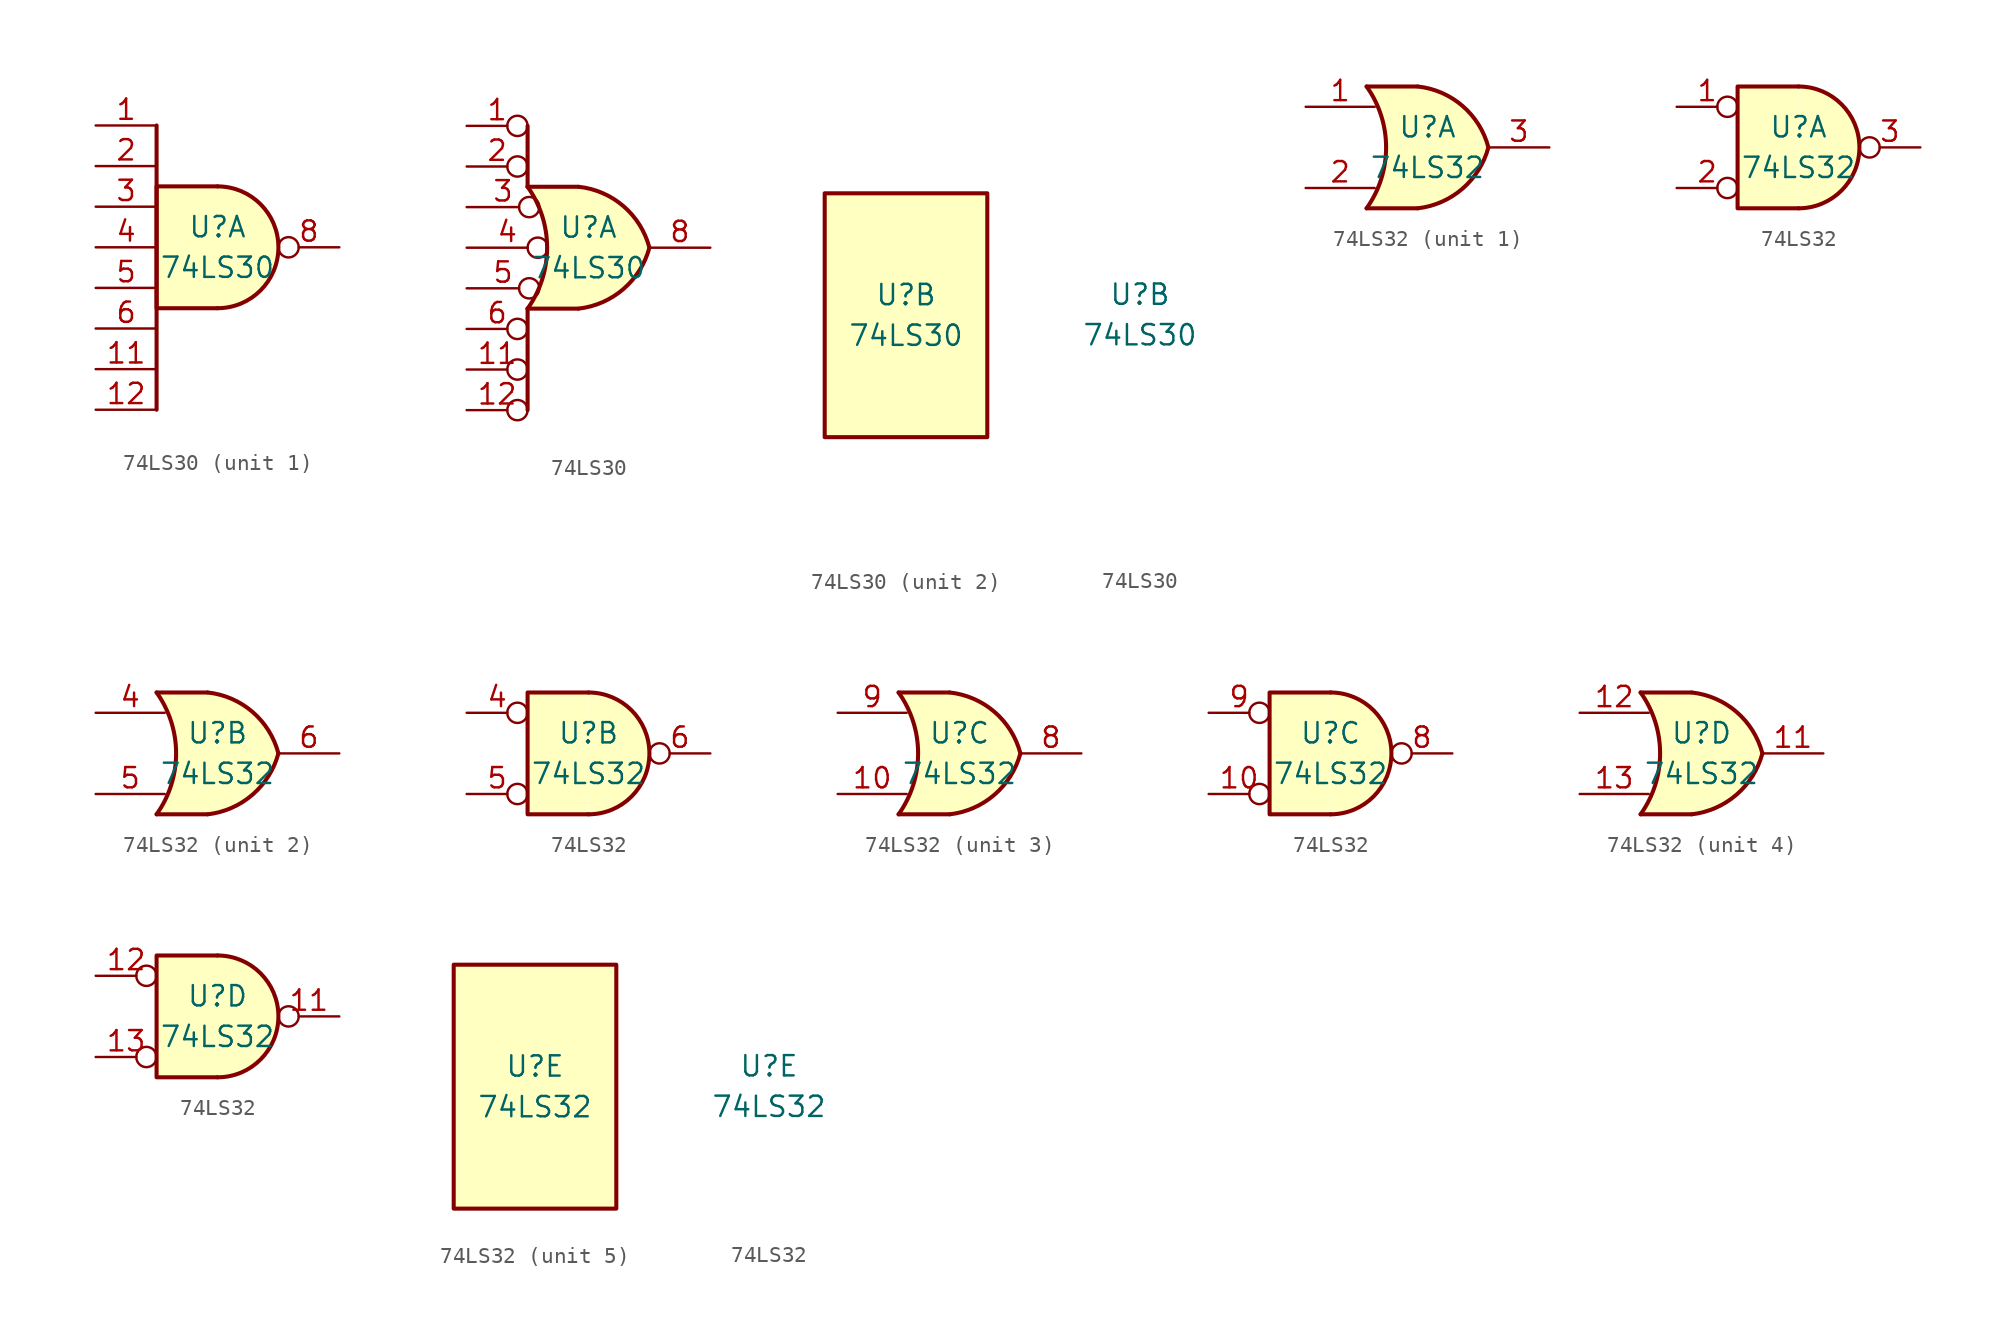
<source format=kicad_sym>
(kicad_symbol_lib
  (version 20211014)
  (generator kicad_symbol_editor)
  (symbol "74LS30"
    (pin_names
      (offset 1.016))
    (property "Reference" "U"
      (at 0 1.27 0)
      (effects (font (size 1.27 1.27))))
    (property "Value" "74LS30"
      (at 0 -1.27 0)
      (effects (font (size 1.27 1.27))))
    (property "ki_locked" ""
      (at 0 0 0)
      (effects (font (size 1.27 1.27))))
    (symbol "74LS30_1_1"
      (arc (start 0 -3.81) (mid 3.81 0) (end 0 3.81) (stroke (width 0.254) (type default) (color 0 0 0 0)) (fill (type background)))
      (polyline (pts (xy -3.81 7.62) (xy -3.81 -10.16)) (stroke (width 0.254) (type default) (color 0 0 0 0)) (fill (type none)))
      (polyline (pts (xy 0 3.81) (xy -3.81 3.81) (xy -3.81 -3.81) (xy 0 -3.81)) (stroke (width 0.254) (type default) (color 0 0 0 0)) (fill (type background)))
      (pin input line (at -7.62 7.62 0) (length 3.81) (name "~" (effects (font (size 1.27 1.27)))) (number "1" (effects (font (size 1.27 1.27)))))
      (pin input line (at -7.62 -7.62 0) (length 3.81) (name "~" (effects (font (size 1.27 1.27)))) (number "11" (effects (font (size 1.27 1.27)))))
      (pin input line (at -7.62 -10.16 0) (length 3.81) (name "~" (effects (font (size 1.27 1.27)))) (number "12" (effects (font (size 1.27 1.27)))))
      (pin input line (at -7.62 5.08 0) (length 3.81) (name "~" (effects (font (size 1.27 1.27)))) (number "2" (effects (font (size 1.27 1.27)))))
      (pin input line (at -7.62 2.54 0) (length 3.81) (name "~" (effects (font (size 1.27 1.27)))) (number "3" (effects (font (size 1.27 1.27)))))
      (pin input line (at -7.62 0 0) (length 3.81) (name "~" (effects (font (size 1.27 1.27)))) (number "4" (effects (font (size 1.27 1.27)))))
      (pin input line (at -7.62 -2.54 0) (length 3.81) (name "~" (effects (font (size 1.27 1.27)))) (number "5" (effects (font (size 1.27 1.27)))))
      (pin input line (at -7.62 -5.08 0) (length 3.81) (name "~" (effects (font (size 1.27 1.27)))) (number "6" (effects (font (size 1.27 1.27)))))
      (pin output inverted (at 7.62 0 180) (length 3.81) (name "~" (effects (font (size 1.27 1.27)))) (number "8" (effects (font (size 1.27 1.27))))))
    (symbol "74LS30_1_2"
      (arc (start -3.81 -3.81) (mid -2.589 0) (end -3.81 3.81) (stroke (width 0.254) (type default) (color 0 0 0 0)) (fill (type none)))
      (arc (start -0.6096 -3.81) (mid 2.1842 -2.5851) (end 3.81 0) (stroke (width 0.254) (type default) (color 0 0 0 0)) (fill (type background)))
      (polyline (pts (xy -3.81 -3.81) (xy -3.81 -10.16)) (stroke (width 0.254) (type default) (color 0 0 0 0)) (fill (type none)))
      (polyline (pts (xy -3.81 -3.81) (xy -0.635 -3.81)) (stroke (width 0.254) (type default) (color 0 0 0 0)) (fill (type background)))
      (polyline (pts (xy -3.81 3.81) (xy -0.635 3.81)) (stroke (width 0.254) (type default) (color 0 0 0 0)) (fill (type background)))
      (polyline (pts (xy -3.81 7.62) (xy -3.81 3.81)) (stroke (width 0.254) (type default) (color 0 0 0 0)) (fill (type none)))
      (polyline (pts (xy -0.635 3.81) (xy -3.81 3.81) (xy -3.81 3.81) (xy -3.556 3.404) (xy -3.023 2.261) (xy -2.692 1.041) (xy -2.616 -0.254) (xy -2.769 -1.499) (xy -3.175 -2.718) (xy -3.81 -3.81) (xy -3.81 -3.81) (xy -0.635 -3.81)) (stroke (width -25.4) (type default) (color 0 0 0 0)) (fill (type background)))
      (arc (start 3.81 0) (mid 2.1915 2.5936) (end -0.6096 3.81) (stroke (width 0.254) (type default) (color 0 0 0 0)) (fill (type background)))
      (pin input inverted (at -7.62 7.62 0) (length 3.81) (name "~" (effects (font (size 1.27 1.27)))) (number "1" (effects (font (size 1.27 1.27)))))
      (pin input inverted (at -7.62 -7.62 0) (length 3.81) (name "~" (effects (font (size 1.27 1.27)))) (number "11" (effects (font (size 1.27 1.27)))))
      (pin input inverted (at -7.62 -10.16 0) (length 3.81) (name "~" (effects (font (size 1.27 1.27)))) (number "12" (effects (font (size 1.27 1.27)))))
      (pin input inverted (at -7.62 5.08 0) (length 3.81) (name "~" (effects (font (size 1.27 1.27)))) (number "2" (effects (font (size 1.27 1.27)))))
      (pin input inverted (at -7.62 2.54 0) (length 4.547) (name "~" (effects (font (size 1.27 1.27)))) (number "3" (effects (font (size 1.27 1.27)))))
      (pin input inverted (at -7.62 0 0) (length 5.08) (name "~" (effects (font (size 1.27 1.27)))) (number "4" (effects (font (size 1.27 1.27)))))
      (pin input inverted (at -7.62 -2.54 0) (length 4.547) (name "~" (effects (font (size 1.27 1.27)))) (number "5" (effects (font (size 1.27 1.27)))))
      (pin input inverted (at -7.62 -5.08 0) (length 3.81) (name "~" (effects (font (size 1.27 1.27)))) (number "6" (effects (font (size 1.27 1.27)))))
      (pin output line (at 7.62 0 180) (length 3.81) (name "~" (effects (font (size 1.27 1.27)))) (number "8" (effects (font (size 1.27 1.27))))))
    (symbol "74LS30_2_0"
      (pin input line (at 0 12.7 270) (length 5.08) hide (name "VCC" (effects (font (size 1.27 1.27)))) (number "14" (effects (font (size 1.27 1.27)))))
      (pin input line (at 0 -12.7 90) (length 5.08) hide (name "GND" (effects (font (size 1.27 1.27)))) (number "7" (effects (font (size 1.27 1.27))))))
    (symbol "74LS30_2_1"
      (rectangle (start -5.08 7.62) (end 5.08 -7.62) (stroke (width 0.254) (type default) (color 0 0 0 0)) (fill (type background)))))
  (symbol "74LS32"
    (pin_names
      (offset 1.016))
    (property "Reference" "U"
      (at 0 1.27 0)
      (effects (font (size 1.27 1.27))))
    (property "Value" "74LS32"
      (at 0 -1.27 0)
      (effects (font (size 1.27 1.27))))
    (property "ki_locked" ""
      (at 0 0 0)
      (effects (font (size 1.27 1.27))))
    (symbol "74LS32_1_1"
      (arc (start -3.81 -3.81) (mid -2.589 0) (end -3.81 3.81) (stroke (width 0.254) (type default) (color 0 0 0 0)) (fill (type none)))
      (arc (start -0.6096 -3.81) (mid 2.1842 -2.5851) (end 3.81 0) (stroke (width 0.254) (type default) (color 0 0 0 0)) (fill (type background)))
      (polyline (pts (xy -3.81 -3.81) (xy -0.635 -3.81)) (stroke (width 0.254) (type default) (color 0 0 0 0)) (fill (type background)))
      (polyline (pts (xy -3.81 3.81) (xy -0.635 3.81)) (stroke (width 0.254) (type default) (color 0 0 0 0)) (fill (type background)))
      (polyline (pts (xy -0.635 3.81) (xy -3.81 3.81) (xy -3.81 3.81) (xy -3.556 3.404) (xy -3.023 2.261) (xy -2.692 1.041) (xy -2.616 -0.254) (xy -2.769 -1.499) (xy -3.175 -2.718) (xy -3.81 -3.81) (xy -3.81 -3.81) (xy -0.635 -3.81)) (stroke (width -25.4) (type default) (color 0 0 0 0)) (fill (type background)))
      (arc (start 3.81 0) (mid 2.1915 2.5936) (end -0.6096 3.81) (stroke (width 0.254) (type default) (color 0 0 0 0)) (fill (type background)))
      (pin input line (at -7.62 2.54 0) (length 4.318) (name "~" (effects (font (size 1.27 1.27)))) (number "1" (effects (font (size 1.27 1.27)))))
      (pin input line (at -7.62 -2.54 0) (length 4.318) (name "~" (effects (font (size 1.27 1.27)))) (number "2" (effects (font (size 1.27 1.27)))))
      (pin output line (at 7.62 0 180) (length 3.81) (name "~" (effects (font (size 1.27 1.27)))) (number "3" (effects (font (size 1.27 1.27))))))
    (symbol "74LS32_1_2"
      (arc (start 0 -3.81) (mid 3.81 0) (end 0 3.81) (stroke (width 0.254) (type default) (color 0 0 0 0)) (fill (type background)))
      (polyline (pts (xy 0 3.81) (xy -3.81 3.81) (xy -3.81 -3.81) (xy 0 -3.81)) (stroke (width 0.254) (type default) (color 0 0 0 0)) (fill (type background)))
      (pin input inverted (at -7.62 2.54 0) (length 3.81) (name "~" (effects (font (size 1.27 1.27)))) (number "1" (effects (font (size 1.27 1.27)))))
      (pin input inverted (at -7.62 -2.54 0) (length 3.81) (name "~" (effects (font (size 1.27 1.27)))) (number "2" (effects (font (size 1.27 1.27)))))
      (pin output inverted (at 7.62 0 180) (length 3.81) (name "~" (effects (font (size 1.27 1.27)))) (number "3" (effects (font (size 1.27 1.27))))))
    (symbol "74LS32_2_1"
      (arc (start -3.81 -3.81) (mid -2.589 0) (end -3.81 3.81) (stroke (width 0.254) (type default) (color 0 0 0 0)) (fill (type none)))
      (arc (start -0.6096 -3.81) (mid 2.1842 -2.5851) (end 3.81 0) (stroke (width 0.254) (type default) (color 0 0 0 0)) (fill (type background)))
      (polyline (pts (xy -3.81 -3.81) (xy -0.635 -3.81)) (stroke (width 0.254) (type default) (color 0 0 0 0)) (fill (type background)))
      (polyline (pts (xy -3.81 3.81) (xy -0.635 3.81)) (stroke (width 0.254) (type default) (color 0 0 0 0)) (fill (type background)))
      (polyline (pts (xy -0.635 3.81) (xy -3.81 3.81) (xy -3.81 3.81) (xy -3.556 3.404) (xy -3.023 2.261) (xy -2.692 1.041) (xy -2.616 -0.254) (xy -2.769 -1.499) (xy -3.175 -2.718) (xy -3.81 -3.81) (xy -3.81 -3.81) (xy -0.635 -3.81)) (stroke (width -25.4) (type default) (color 0 0 0 0)) (fill (type background)))
      (arc (start 3.81 0) (mid 2.1915 2.5936) (end -0.6096 3.81) (stroke (width 0.254) (type default) (color 0 0 0 0)) (fill (type background)))
      (pin input line (at -7.62 2.54 0) (length 4.318) (name "~" (effects (font (size 1.27 1.27)))) (number "4" (effects (font (size 1.27 1.27)))))
      (pin input line (at -7.62 -2.54 0) (length 4.318) (name "~" (effects (font (size 1.27 1.27)))) (number "5" (effects (font (size 1.27 1.27)))))
      (pin output line (at 7.62 0 180) (length 3.81) (name "~" (effects (font (size 1.27 1.27)))) (number "6" (effects (font (size 1.27 1.27))))))
    (symbol "74LS32_2_2"
      (arc (start 0 -3.81) (mid 3.81 0) (end 0 3.81) (stroke (width 0.254) (type default) (color 0 0 0 0)) (fill (type background)))
      (polyline (pts (xy 0 3.81) (xy -3.81 3.81) (xy -3.81 -3.81) (xy 0 -3.81)) (stroke (width 0.254) (type default) (color 0 0 0 0)) (fill (type background)))
      (pin input inverted (at -7.62 2.54 0) (length 3.81) (name "~" (effects (font (size 1.27 1.27)))) (number "4" (effects (font (size 1.27 1.27)))))
      (pin input inverted (at -7.62 -2.54 0) (length 3.81) (name "~" (effects (font (size 1.27 1.27)))) (number "5" (effects (font (size 1.27 1.27)))))
      (pin output inverted (at 7.62 0 180) (length 3.81) (name "~" (effects (font (size 1.27 1.27)))) (number "6" (effects (font (size 1.27 1.27))))))
    (symbol "74LS32_3_1"
      (arc (start -3.81 -3.81) (mid -2.589 0) (end -3.81 3.81) (stroke (width 0.254) (type default) (color 0 0 0 0)) (fill (type none)))
      (arc (start -0.6096 -3.81) (mid 2.1842 -2.5851) (end 3.81 0) (stroke (width 0.254) (type default) (color 0 0 0 0)) (fill (type background)))
      (polyline (pts (xy -3.81 -3.81) (xy -0.635 -3.81)) (stroke (width 0.254) (type default) (color 0 0 0 0)) (fill (type background)))
      (polyline (pts (xy -3.81 3.81) (xy -0.635 3.81)) (stroke (width 0.254) (type default) (color 0 0 0 0)) (fill (type background)))
      (polyline (pts (xy -0.635 3.81) (xy -3.81 3.81) (xy -3.81 3.81) (xy -3.556 3.404) (xy -3.023 2.261) (xy -2.692 1.041) (xy -2.616 -0.254) (xy -2.769 -1.499) (xy -3.175 -2.718) (xy -3.81 -3.81) (xy -3.81 -3.81) (xy -0.635 -3.81)) (stroke (width -25.4) (type default) (color 0 0 0 0)) (fill (type background)))
      (arc (start 3.81 0) (mid 2.1915 2.5936) (end -0.6096 3.81) (stroke (width 0.254) (type default) (color 0 0 0 0)) (fill (type background)))
      (pin input line (at -7.62 -2.54 0) (length 4.318) (name "~" (effects (font (size 1.27 1.27)))) (number "10" (effects (font (size 1.27 1.27)))))
      (pin output line (at 7.62 0 180) (length 3.81) (name "~" (effects (font (size 1.27 1.27)))) (number "8" (effects (font (size 1.27 1.27)))))
      (pin input line (at -7.62 2.54 0) (length 4.318) (name "~" (effects (font (size 1.27 1.27)))) (number "9" (effects (font (size 1.27 1.27))))))
    (symbol "74LS32_3_2"
      (arc (start 0 -3.81) (mid 3.81 0) (end 0 3.81) (stroke (width 0.254) (type default) (color 0 0 0 0)) (fill (type background)))
      (polyline (pts (xy 0 3.81) (xy -3.81 3.81) (xy -3.81 -3.81) (xy 0 -3.81)) (stroke (width 0.254) (type default) (color 0 0 0 0)) (fill (type background)))
      (pin input inverted (at -7.62 -2.54 0) (length 3.81) (name "~" (effects (font (size 1.27 1.27)))) (number "10" (effects (font (size 1.27 1.27)))))
      (pin output inverted (at 7.62 0 180) (length 3.81) (name "~" (effects (font (size 1.27 1.27)))) (number "8" (effects (font (size 1.27 1.27)))))
      (pin input inverted (at -7.62 2.54 0) (length 3.81) (name "~" (effects (font (size 1.27 1.27)))) (number "9" (effects (font (size 1.27 1.27))))))
    (symbol "74LS32_4_1"
      (arc (start -3.81 -3.81) (mid -2.589 0) (end -3.81 3.81) (stroke (width 0.254) (type default) (color 0 0 0 0)) (fill (type none)))
      (arc (start -0.6096 -3.81) (mid 2.1842 -2.5851) (end 3.81 0) (stroke (width 0.254) (type default) (color 0 0 0 0)) (fill (type background)))
      (polyline (pts (xy -3.81 -3.81) (xy -0.635 -3.81)) (stroke (width 0.254) (type default) (color 0 0 0 0)) (fill (type background)))
      (polyline (pts (xy -3.81 3.81) (xy -0.635 3.81)) (stroke (width 0.254) (type default) (color 0 0 0 0)) (fill (type background)))
      (polyline (pts (xy -0.635 3.81) (xy -3.81 3.81) (xy -3.81 3.81) (xy -3.556 3.404) (xy -3.023 2.261) (xy -2.692 1.041) (xy -2.616 -0.254) (xy -2.769 -1.499) (xy -3.175 -2.718) (xy -3.81 -3.81) (xy -3.81 -3.81) (xy -0.635 -3.81)) (stroke (width -25.4) (type default) (color 0 0 0 0)) (fill (type background)))
      (arc (start 3.81 0) (mid 2.1915 2.5936) (end -0.6096 3.81) (stroke (width 0.254) (type default) (color 0 0 0 0)) (fill (type background)))
      (pin output line (at 7.62 0 180) (length 3.81) (name "~" (effects (font (size 1.27 1.27)))) (number "11" (effects (font (size 1.27 1.27)))))
      (pin input line (at -7.62 2.54 0) (length 4.318) (name "~" (effects (font (size 1.27 1.27)))) (number "12" (effects (font (size 1.27 1.27)))))
      (pin input line (at -7.62 -2.54 0) (length 4.318) (name "~" (effects (font (size 1.27 1.27)))) (number "13" (effects (font (size 1.27 1.27))))))
    (symbol "74LS32_4_2"
      (arc (start 0 -3.81) (mid 3.81 0) (end 0 3.81) (stroke (width 0.254) (type default) (color 0 0 0 0)) (fill (type background)))
      (polyline (pts (xy 0 3.81) (xy -3.81 3.81) (xy -3.81 -3.81) (xy 0 -3.81)) (stroke (width 0.254) (type default) (color 0 0 0 0)) (fill (type background)))
      (pin output inverted (at 7.62 0 180) (length 3.81) (name "~" (effects (font (size 1.27 1.27)))) (number "11" (effects (font (size 1.27 1.27)))))
      (pin input inverted (at -7.62 2.54 0) (length 3.81) (name "~" (effects (font (size 1.27 1.27)))) (number "12" (effects (font (size 1.27 1.27)))))
      (pin input inverted (at -7.62 -2.54 0) (length 3.81) (name "~" (effects (font (size 1.27 1.27)))) (number "13" (effects (font (size 1.27 1.27))))))
    (symbol "74LS32_5_0"
      (pin power_in line (at 0 7.62 270) (length 5.08) hide (name "VCC" (effects (font (size 1.27 1.27)))) (number "14" (effects (font (size 1.27 1.27)))))
      (pin power_in line (at 1.27 -7.62 90) (length 5.08) hide (name "VSS" (effects (font (size 1.27 1.27)))) (number "7" (effects (font (size 1.27 1.27))))))
    (symbol "74LS32_5_1"
      (rectangle (start -5.08 7.62) (end 5.08 -7.62) (stroke (width 0.254) (type default) (color 0 0 0 0)) (fill (type background))))))
</source>
